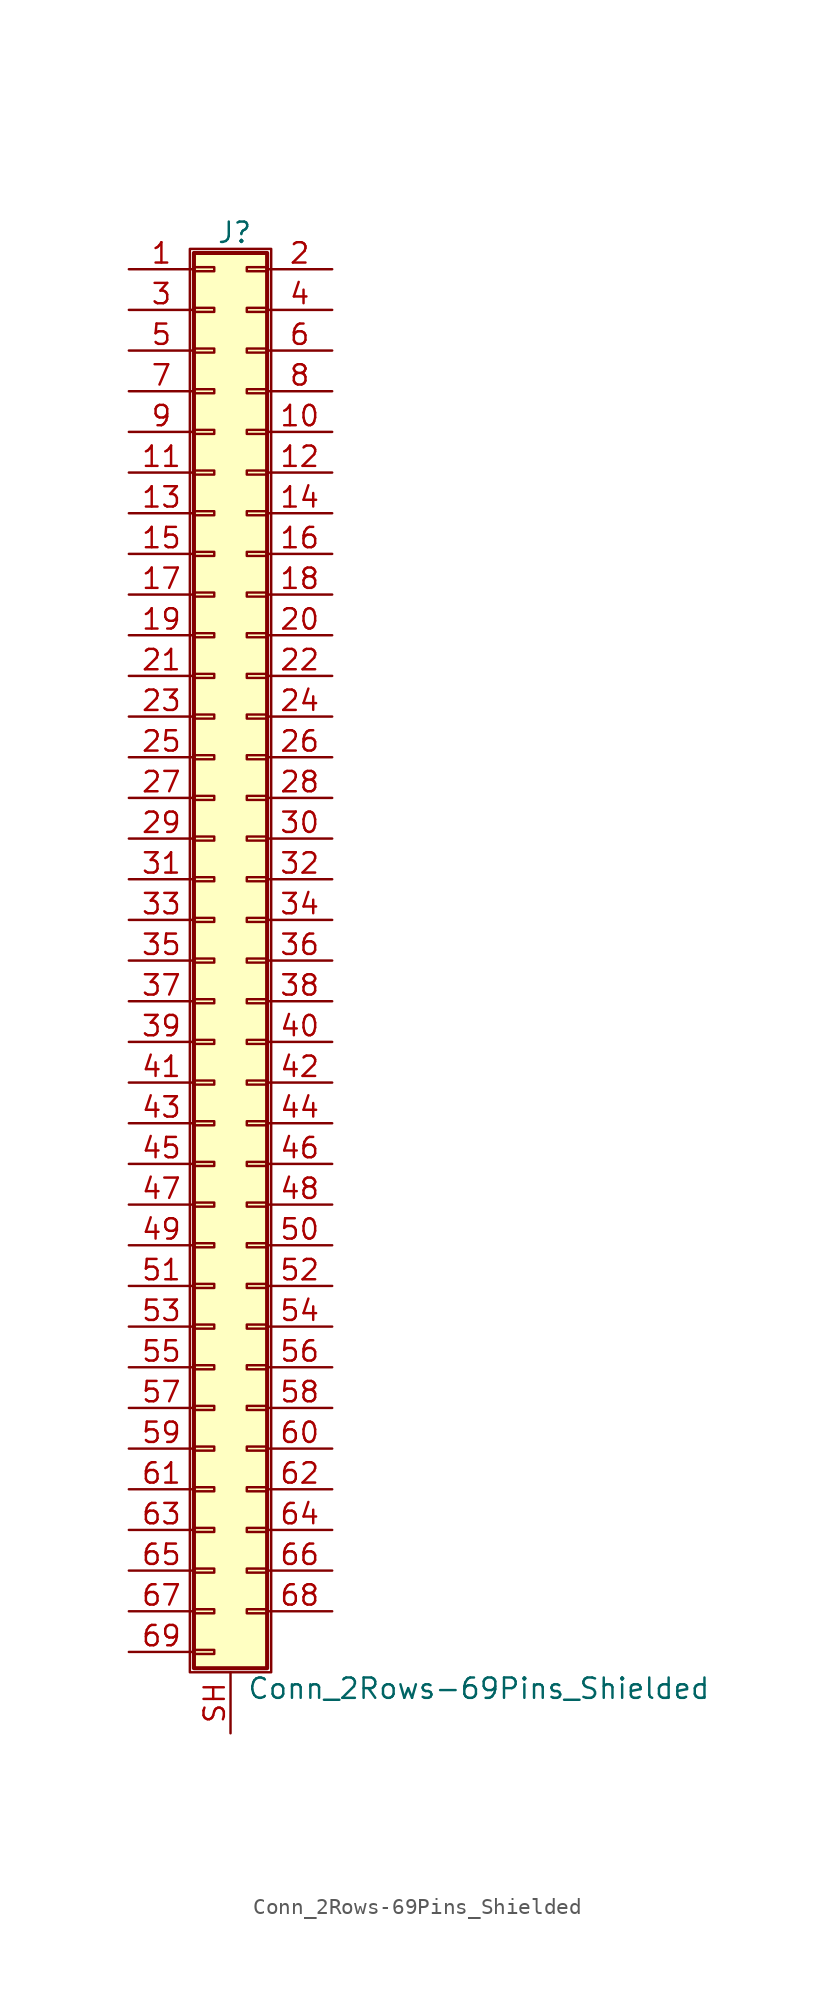
<source format=kicad_sym>
(kicad_symbol_lib
  (version 20200908)
  (generator kicad_symbol_editor)
  (symbol "Connector_Generic_Shielded:Conn_2Rows-69Pins_Shielded"
    (pin_names
      (offset 1.016) hide)
    (property "Reference" "J"
      (at 1.524 45.466 0)
      (effects (font (size 1.27 1.27))))
    (property "Value" "Conn_2Rows-69Pins_Shielded"
      (at 2.286 -45.466 0)
      (effects (font (size 1.27 1.27)) (justify left)))
    (symbol "Conn_2Rows-69Pins_Shielded_1_1"
      (rectangle (start -1.016 -27.813) (end 0.254 -28.067) (stroke (width 0.152)) (fill (type none)))
      (rectangle (start -1.016 -30.353) (end 0.254 -30.607) (stroke (width 0.152)) (fill (type none)))
      (rectangle (start -1.016 -32.893) (end 0.254 -33.147) (stroke (width 0.152)) (fill (type none)))
      (rectangle (start -1.016 -35.433) (end 0.254 -35.687) (stroke (width 0.152)) (fill (type none)))
      (rectangle (start -1.016 -37.973) (end 0.254 -38.227) (stroke (width 0.152)) (fill (type none)))
      (rectangle (start -1.016 -40.513) (end 0.254 -40.767) (stroke (width 0.152)) (fill (type none)))
      (rectangle (start -1.016 -43.053) (end 0.254 -43.307) (stroke (width 0.152)) (fill (type none)))
      (rectangle (start -1.016 -4.953) (end 0.254 -5.207) (stroke (width 0.152)) (fill (type none)))
      (rectangle (start -1.016 -7.493) (end 0.254 -7.747) (stroke (width 0.152)) (fill (type none)))
      (rectangle (start -1.016 -10.033) (end 0.254 -10.287) (stroke (width 0.152)) (fill (type none)))
      (rectangle (start -1.016 -12.573) (end 0.254 -12.827) (stroke (width 0.152)) (fill (type none)))
      (rectangle (start -1.016 -15.113) (end 0.254 -15.367) (stroke (width 0.152)) (fill (type none)))
      (rectangle (start -1.016 -17.653) (end 0.254 -17.907) (stroke (width 0.152)) (fill (type none)))
      (rectangle (start -1.016 -20.193) (end 0.254 -20.447) (stroke (width 0.152)) (fill (type none)))
      (rectangle (start -1.016 -22.733) (end 0.254 -22.987) (stroke (width 0.152)) (fill (type none)))
      (rectangle (start -1.016 -2.413) (end 0.254 -2.667) (stroke (width 0.152)) (fill (type none)))
      (rectangle (start -1.016 -25.273) (end 0.254 -25.527) (stroke (width 0.152)) (fill (type none)))
      (rectangle (start -1.016 25.527) (end 0.254 25.273) (stroke (width 0.152)) (fill (type none)))
      (rectangle (start -1.016 2.667) (end 0.254 2.413) (stroke (width 0.152)) (fill (type none)))
      (rectangle (start -1.016 28.067) (end 0.254 27.813) (stroke (width 0.152)) (fill (type none)))
      (rectangle (start -1.016 30.607) (end 0.254 30.353) (stroke (width 0.152)) (fill (type none)))
      (rectangle (start -1.016 33.147) (end 0.254 32.893) (stroke (width 0.152)) (fill (type none)))
      (rectangle (start -1.016 35.687) (end 0.254 35.433) (stroke (width 0.152)) (fill (type none)))
      (rectangle (start -1.016 38.227) (end 0.254 37.973) (stroke (width 0.152)) (fill (type none)))
      (rectangle (start -1.016 40.767) (end 0.254 40.513) (stroke (width 0.152)) (fill (type none)))
      (rectangle (start -1.016 43.307) (end 0.254 43.053) (stroke (width 0.152)) (fill (type none)))
      (rectangle (start -1.016 44.196) (end 3.556 -44.196) (stroke (width 0.254)) (fill (type background)))
      (rectangle (start -1.016 5.207) (end 0.254 4.953) (stroke (width 0.152)) (fill (type none)))
      (rectangle (start -1.016 7.747) (end 0.254 7.493) (stroke (width 0.152)) (fill (type none)))
      (rectangle (start -1.016 10.287) (end 0.254 10.033) (stroke (width 0.152)) (fill (type none)))
      (rectangle (start -1.016 0.127) (end 0.254 -0.127) (stroke (width 0.152)) (fill (type none)))
      (rectangle (start -1.016 12.827) (end 0.254 12.573) (stroke (width 0.152)) (fill (type none)))
      (rectangle (start -1.016 15.367) (end 0.254 15.113) (stroke (width 0.152)) (fill (type none)))
      (rectangle (start -1.016 17.907) (end 0.254 17.653) (stroke (width 0.152)) (fill (type none)))
      (rectangle (start -1.016 20.447) (end 0.254 20.193) (stroke (width 0.152)) (fill (type none)))
      (rectangle (start -1.016 22.987) (end 0.254 22.733) (stroke (width 0.152)) (fill (type none)))
      (rectangle (start -1.27 44.45) (end 3.81 -44.45) (stroke (width 0.152)) (fill (type none)))
      (rectangle (start 3.556 -27.813) (end 2.286 -28.067) (stroke (width 0.152)) (fill (type none)))
      (rectangle (start 3.556 -30.353) (end 2.286 -30.607) (stroke (width 0.152)) (fill (type none)))
      (rectangle (start 3.556 -32.893) (end 2.286 -33.147) (stroke (width 0.152)) (fill (type none)))
      (rectangle (start 3.556 -35.433) (end 2.286 -35.687) (stroke (width 0.152)) (fill (type none)))
      (rectangle (start 3.556 -37.973) (end 2.286 -38.227) (stroke (width 0.152)) (fill (type none)))
      (rectangle (start 3.556 -40.513) (end 2.286 -40.767) (stroke (width 0.152)) (fill (type none)))
      (rectangle (start 3.556 -4.953) (end 2.286 -5.207) (stroke (width 0.152)) (fill (type none)))
      (rectangle (start 3.556 -7.493) (end 2.286 -7.747) (stroke (width 0.152)) (fill (type none)))
      (rectangle (start 3.556 -10.033) (end 2.286 -10.287) (stroke (width 0.152)) (fill (type none)))
      (rectangle (start 3.556 -12.573) (end 2.286 -12.827) (stroke (width 0.152)) (fill (type none)))
      (rectangle (start 3.556 -15.113) (end 2.286 -15.367) (stroke (width 0.152)) (fill (type none)))
      (rectangle (start 3.556 -17.653) (end 2.286 -17.907) (stroke (width 0.152)) (fill (type none)))
      (rectangle (start 3.556 -20.193) (end 2.286 -20.447) (stroke (width 0.152)) (fill (type none)))
      (rectangle (start 3.556 -22.733) (end 2.286 -22.987) (stroke (width 0.152)) (fill (type none)))
      (rectangle (start 3.556 -2.413) (end 2.286 -2.667) (stroke (width 0.152)) (fill (type none)))
      (rectangle (start 3.556 -25.273) (end 2.286 -25.527) (stroke (width 0.152)) (fill (type none)))
      (rectangle (start 3.556 25.527) (end 2.286 25.273) (stroke (width 0.152)) (fill (type none)))
      (rectangle (start 3.556 2.667) (end 2.286 2.413) (stroke (width 0.152)) (fill (type none)))
      (rectangle (start 3.556 28.067) (end 2.286 27.813) (stroke (width 0.152)) (fill (type none)))
      (rectangle (start 3.556 30.607) (end 2.286 30.353) (stroke (width 0.152)) (fill (type none)))
      (rectangle (start 3.556 33.147) (end 2.286 32.893) (stroke (width 0.152)) (fill (type none)))
      (rectangle (start 3.556 35.687) (end 2.286 35.433) (stroke (width 0.152)) (fill (type none)))
      (rectangle (start 3.556 38.227) (end 2.286 37.973) (stroke (width 0.152)) (fill (type none)))
      (rectangle (start 3.556 40.767) (end 2.286 40.513) (stroke (width 0.152)) (fill (type none)))
      (rectangle (start 3.556 43.307) (end 2.286 43.053) (stroke (width 0.152)) (fill (type none)))
      (rectangle (start 3.556 5.207) (end 2.286 4.953) (stroke (width 0.152)) (fill (type none)))
      (rectangle (start 3.556 7.747) (end 2.286 7.493) (stroke (width 0.152)) (fill (type none)))
      (rectangle (start 3.556 10.287) (end 2.286 10.033) (stroke (width 0.152)) (fill (type none)))
      (rectangle (start 3.556 0.127) (end 2.286 -0.127) (stroke (width 0.152)) (fill (type none)))
      (rectangle (start 3.556 12.827) (end 2.286 12.573) (stroke (width 0.152)) (fill (type none)))
      (rectangle (start 3.556 15.367) (end 2.286 15.113) (stroke (width 0.152)) (fill (type none)))
      (rectangle (start 3.556 17.907) (end 2.286 17.653) (stroke (width 0.152)) (fill (type none)))
      (rectangle (start 3.556 20.447) (end 2.286 20.193) (stroke (width 0.152)) (fill (type none)))
      (rectangle (start 3.556 22.987) (end 2.286 22.733) (stroke (width 0.152)) (fill (type none)))
      (pin passive line (at -5.08 43.18 0) (length 4.064) (name "Pin_1" (effects (font (size 1.27 1.27)))) (number "1" (effects (font (size 1.27 1.27)))))
      (pin passive line (at 7.62 33.02 180) (length 4.064) (name "Pin_10" (effects (font (size 1.27 1.27)))) (number "10" (effects (font (size 1.27 1.27)))))
      (pin passive line (at -5.08 30.48 0) (length 4.064) (name "Pin_11" (effects (font (size 1.27 1.27)))) (number "11" (effects (font (size 1.27 1.27)))))
      (pin passive line (at 7.62 30.48 180) (length 4.064) (name "Pin_12" (effects (font (size 1.27 1.27)))) (number "12" (effects (font (size 1.27 1.27)))))
      (pin passive line (at -5.08 27.94 0) (length 4.064) (name "Pin_13" (effects (font (size 1.27 1.27)))) (number "13" (effects (font (size 1.27 1.27)))))
      (pin passive line (at 7.62 27.94 180) (length 4.064) (name "Pin_14" (effects (font (size 1.27 1.27)))) (number "14" (effects (font (size 1.27 1.27)))))
      (pin passive line (at -5.08 25.4 0) (length 4.064) (name "Pin_15" (effects (font (size 1.27 1.27)))) (number "15" (effects (font (size 1.27 1.27)))))
      (pin passive line (at 7.62 25.4 180) (length 4.064) (name "Pin_16" (effects (font (size 1.27 1.27)))) (number "16" (effects (font (size 1.27 1.27)))))
      (pin passive line (at -5.08 22.86 0) (length 4.064) (name "Pin_17" (effects (font (size 1.27 1.27)))) (number "17" (effects (font (size 1.27 1.27)))))
      (pin passive line (at 7.62 22.86 180) (length 4.064) (name "Pin_18" (effects (font (size 1.27 1.27)))) (number "18" (effects (font (size 1.27 1.27)))))
      (pin passive line (at -5.08 20.32 0) (length 4.064) (name "Pin_19" (effects (font (size 1.27 1.27)))) (number "19" (effects (font (size 1.27 1.27)))))
      (pin passive line (at 7.62 43.18 180) (length 4.064) (name "Pin_2" (effects (font (size 1.27 1.27)))) (number "2" (effects (font (size 1.27 1.27)))))
      (pin passive line (at 7.62 20.32 180) (length 4.064) (name "Pin_20" (effects (font (size 1.27 1.27)))) (number "20" (effects (font (size 1.27 1.27)))))
      (pin passive line (at -5.08 17.78 0) (length 4.064) (name "Pin_21" (effects (font (size 1.27 1.27)))) (number "21" (effects (font (size 1.27 1.27)))))
      (pin passive line (at 7.62 17.78 180) (length 4.064) (name "Pin_22" (effects (font (size 1.27 1.27)))) (number "22" (effects (font (size 1.27 1.27)))))
      (pin passive line (at -5.08 15.24 0) (length 4.064) (name "Pin_23" (effects (font (size 1.27 1.27)))) (number "23" (effects (font (size 1.27 1.27)))))
      (pin passive line (at 7.62 15.24 180) (length 4.064) (name "Pin_24" (effects (font (size 1.27 1.27)))) (number "24" (effects (font (size 1.27 1.27)))))
      (pin passive line (at -5.08 12.7 0) (length 4.064) (name "Pin_25" (effects (font (size 1.27 1.27)))) (number "25" (effects (font (size 1.27 1.27)))))
      (pin passive line (at 7.62 12.7 180) (length 4.064) (name "Pin_26" (effects (font (size 1.27 1.27)))) (number "26" (effects (font (size 1.27 1.27)))))
      (pin passive line (at -5.08 10.16 0) (length 4.064) (name "Pin_27" (effects (font (size 1.27 1.27)))) (number "27" (effects (font (size 1.27 1.27)))))
      (pin passive line (at 7.62 10.16 180) (length 4.064) (name "Pin_28" (effects (font (size 1.27 1.27)))) (number "28" (effects (font (size 1.27 1.27)))))
      (pin passive line (at -5.08 7.62 0) (length 4.064) (name "Pin_29" (effects (font (size 1.27 1.27)))) (number "29" (effects (font (size 1.27 1.27)))))
      (pin passive line (at -5.08 40.64 0) (length 4.064) (name "Pin_3" (effects (font (size 1.27 1.27)))) (number "3" (effects (font (size 1.27 1.27)))))
      (pin passive line (at 7.62 7.62 180) (length 4.064) (name "Pin_30" (effects (font (size 1.27 1.27)))) (number "30" (effects (font (size 1.27 1.27)))))
      (pin passive line (at -5.08 5.08 0) (length 4.064) (name "Pin_31" (effects (font (size 1.27 1.27)))) (number "31" (effects (font (size 1.27 1.27)))))
      (pin passive line (at 7.62 5.08 180) (length 4.064) (name "Pin_32" (effects (font (size 1.27 1.27)))) (number "32" (effects (font (size 1.27 1.27)))))
      (pin passive line (at -5.08 2.54 0) (length 4.064) (name "Pin_33" (effects (font (size 1.27 1.27)))) (number "33" (effects (font (size 1.27 1.27)))))
      (pin passive line (at 7.62 2.54 180) (length 4.064) (name "Pin_34" (effects (font (size 1.27 1.27)))) (number "34" (effects (font (size 1.27 1.27)))))
      (pin passive line (at -5.08 0 0) (length 4.064) (name "Pin_35" (effects (font (size 1.27 1.27)))) (number "35" (effects (font (size 1.27 1.27)))))
      (pin passive line (at 7.62 0 180) (length 4.064) (name "Pin_36" (effects (font (size 1.27 1.27)))) (number "36" (effects (font (size 1.27 1.27)))))
      (pin passive line (at -5.08 -2.54 0) (length 4.064) (name "Pin_37" (effects (font (size 1.27 1.27)))) (number "37" (effects (font (size 1.27 1.27)))))
      (pin passive line (at 7.62 -2.54 180) (length 4.064) (name "Pin_38" (effects (font (size 1.27 1.27)))) (number "38" (effects (font (size 1.27 1.27)))))
      (pin passive line (at -5.08 -5.08 0) (length 4.064) (name "Pin_39" (effects (font (size 1.27 1.27)))) (number "39" (effects (font (size 1.27 1.27)))))
      (pin passive line (at 7.62 40.64 180) (length 4.064) (name "Pin_4" (effects (font (size 1.27 1.27)))) (number "4" (effects (font (size 1.27 1.27)))))
      (pin passive line (at 7.62 -5.08 180) (length 4.064) (name "Pin_40" (effects (font (size 1.27 1.27)))) (number "40" (effects (font (size 1.27 1.27)))))
      (pin passive line (at -5.08 -7.62 0) (length 4.064) (name "Pin_41" (effects (font (size 1.27 1.27)))) (number "41" (effects (font (size 1.27 1.27)))))
      (pin passive line (at 7.62 -7.62 180) (length 4.064) (name "Pin_42" (effects (font (size 1.27 1.27)))) (number "42" (effects (font (size 1.27 1.27)))))
      (pin passive line (at -5.08 -10.16 0) (length 4.064) (name "Pin_43" (effects (font (size 1.27 1.27)))) (number "43" (effects (font (size 1.27 1.27)))))
      (pin passive line (at 7.62 -10.16 180) (length 4.064) (name "Pin_44" (effects (font (size 1.27 1.27)))) (number "44" (effects (font (size 1.27 1.27)))))
      (pin passive line (at -5.08 -12.7 0) (length 4.064) (name "Pin_45" (effects (font (size 1.27 1.27)))) (number "45" (effects (font (size 1.27 1.27)))))
      (pin passive line (at 7.62 -12.7 180) (length 4.064) (name "Pin_46" (effects (font (size 1.27 1.27)))) (number "46" (effects (font (size 1.27 1.27)))))
      (pin passive line (at -5.08 -15.24 0) (length 4.064) (name "Pin_47" (effects (font (size 1.27 1.27)))) (number "47" (effects (font (size 1.27 1.27)))))
      (pin passive line (at 7.62 -15.24 180) (length 4.064) (name "Pin_48" (effects (font (size 1.27 1.27)))) (number "48" (effects (font (size 1.27 1.27)))))
      (pin passive line (at -5.08 -17.78 0) (length 4.064) (name "Pin_49" (effects (font (size 1.27 1.27)))) (number "49" (effects (font (size 1.27 1.27)))))
      (pin passive line (at -5.08 38.1 0) (length 4.064) (name "Pin_5" (effects (font (size 1.27 1.27)))) (number "5" (effects (font (size 1.27 1.27)))))
      (pin passive line (at 7.62 -17.78 180) (length 4.064) (name "Pin_50" (effects (font (size 1.27 1.27)))) (number "50" (effects (font (size 1.27 1.27)))))
      (pin passive line (at -5.08 -20.32 0) (length 4.064) (name "Pin_51" (effects (font (size 1.27 1.27)))) (number "51" (effects (font (size 1.27 1.27)))))
      (pin passive line (at 7.62 -20.32 180) (length 4.064) (name "Pin_52" (effects (font (size 1.27 1.27)))) (number "52" (effects (font (size 1.27 1.27)))))
      (pin passive line (at -5.08 -22.86 0) (length 4.064) (name "Pin_53" (effects (font (size 1.27 1.27)))) (number "53" (effects (font (size 1.27 1.27)))))
      (pin passive line (at 7.62 -22.86 180) (length 4.064) (name "Pin_54" (effects (font (size 1.27 1.27)))) (number "54" (effects (font (size 1.27 1.27)))))
      (pin passive line (at -5.08 -25.4 0) (length 4.064) (name "Pin_55" (effects (font (size 1.27 1.27)))) (number "55" (effects (font (size 1.27 1.27)))))
      (pin passive line (at 7.62 -25.4 180) (length 4.064) (name "Pin_56" (effects (font (size 1.27 1.27)))) (number "56" (effects (font (size 1.27 1.27)))))
      (pin passive line (at -5.08 -27.94 0) (length 4.064) (name "Pin_57" (effects (font (size 1.27 1.27)))) (number "57" (effects (font (size 1.27 1.27)))))
      (pin passive line (at 7.62 -27.94 180) (length 4.064) (name "Pin_58" (effects (font (size 1.27 1.27)))) (number "58" (effects (font (size 1.27 1.27)))))
      (pin passive line (at -5.08 -30.48 0) (length 4.064) (name "Pin_59" (effects (font (size 1.27 1.27)))) (number "59" (effects (font (size 1.27 1.27)))))
      (pin passive line (at 7.62 38.1 180) (length 4.064) (name "Pin_6" (effects (font (size 1.27 1.27)))) (number "6" (effects (font (size 1.27 1.27)))))
      (pin passive line (at 7.62 -30.48 180) (length 4.064) (name "Pin_60" (effects (font (size 1.27 1.27)))) (number "60" (effects (font (size 1.27 1.27)))))
      (pin passive line (at -5.08 -33.02 0) (length 4.064) (name "Pin_61" (effects (font (size 1.27 1.27)))) (number "61" (effects (font (size 1.27 1.27)))))
      (pin passive line (at 7.62 -33.02 180) (length 4.064) (name "Pin_62" (effects (font (size 1.27 1.27)))) (number "62" (effects (font (size 1.27 1.27)))))
      (pin passive line (at -5.08 -35.56 0) (length 4.064) (name "Pin_63" (effects (font (size 1.27 1.27)))) (number "63" (effects (font (size 1.27 1.27)))))
      (pin passive line (at 7.62 -35.56 180) (length 4.064) (name "Pin_64" (effects (font (size 1.27 1.27)))) (number "64" (effects (font (size 1.27 1.27)))))
      (pin passive line (at -5.08 -38.1 0) (length 4.064) (name "Pin_65" (effects (font (size 1.27 1.27)))) (number "65" (effects (font (size 1.27 1.27)))))
      (pin passive line (at 7.62 -38.1 180) (length 4.064) (name "Pin_66" (effects (font (size 1.27 1.27)))) (number "66" (effects (font (size 1.27 1.27)))))
      (pin passive line (at -5.08 -40.64 0) (length 4.064) (name "Pin_67" (effects (font (size 1.27 1.27)))) (number "67" (effects (font (size 1.27 1.27)))))
      (pin passive line (at 7.62 -40.64 180) (length 4.064) (name "Pin_68" (effects (font (size 1.27 1.27)))) (number "68" (effects (font (size 1.27 1.27)))))
      (pin passive line (at -5.08 -43.18 0) (length 4.064) (name "Pin_69" (effects (font (size 1.27 1.27)))) (number "69" (effects (font (size 1.27 1.27)))))
      (pin passive line (at -5.08 35.56 0) (length 4.064) (name "Pin_7" (effects (font (size 1.27 1.27)))) (number "7" (effects (font (size 1.27 1.27)))))
      (pin passive line (at 7.62 35.56 180) (length 4.064) (name "Pin_8" (effects (font (size 1.27 1.27)))) (number "8" (effects (font (size 1.27 1.27)))))
      (pin passive line (at -5.08 33.02 0) (length 4.064) (name "Pin_9" (effects (font (size 1.27 1.27)))) (number "9" (effects (font (size 1.27 1.27)))))
      (pin passive line (at 1.27 -48.26 90) (length 3.81) (name "Shield" (effects (font (size 1.27 1.27)))) (number "SH" (effects (font (size 1.27 1.27))))))))
</source>
